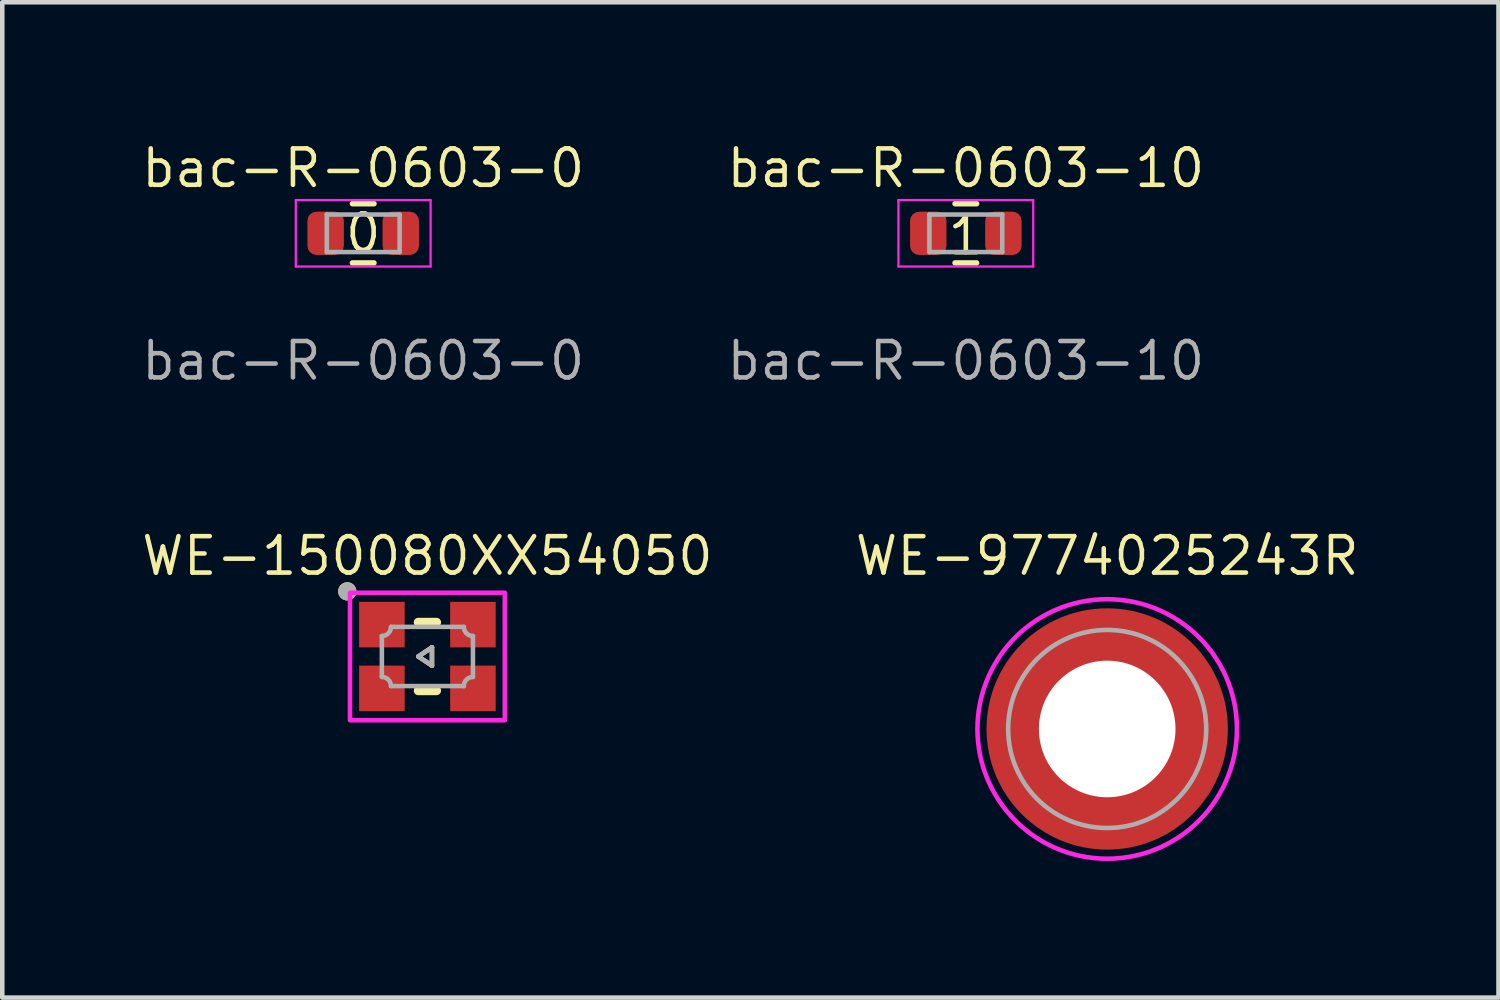
<source format=kicad_pcb>
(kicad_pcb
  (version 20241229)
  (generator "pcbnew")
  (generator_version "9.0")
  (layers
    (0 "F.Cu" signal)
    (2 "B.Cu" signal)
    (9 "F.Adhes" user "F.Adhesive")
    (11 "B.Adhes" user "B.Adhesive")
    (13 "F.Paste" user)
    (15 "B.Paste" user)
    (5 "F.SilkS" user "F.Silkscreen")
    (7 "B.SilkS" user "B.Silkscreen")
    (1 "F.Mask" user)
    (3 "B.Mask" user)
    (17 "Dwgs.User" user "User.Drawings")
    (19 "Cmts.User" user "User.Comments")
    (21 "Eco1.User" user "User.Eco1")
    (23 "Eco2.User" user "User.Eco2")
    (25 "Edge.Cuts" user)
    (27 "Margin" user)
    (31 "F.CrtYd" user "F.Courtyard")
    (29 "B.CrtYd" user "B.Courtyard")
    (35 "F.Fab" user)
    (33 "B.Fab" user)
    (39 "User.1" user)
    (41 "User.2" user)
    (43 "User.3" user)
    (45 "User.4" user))
  (footprint "bac-R-0603-0"
    (layer "F.Cu")
    (at 4.927 2.074)
    (property "Reference" "bac-R-0603-0" (at 0 -1.43 0) (layer "F.SilkS") (effects (font (size 0.8 0.8) (thickness 0.1))))
    (attr smd)
    (fp_line (start -0.237 -0.65) (end 0.237 -0.65) (stroke (width 0.12) (type solid)) (layer "F.SilkS"))
    (fp_line (start -0.237 0.65) (end 0.237 0.65) (stroke (width 0.12) (type solid)) (layer "F.SilkS"))
    (fp_line (start -1.48 -0.73) (end 1.48 -0.73) (stroke (width 0.05) (type solid)) (layer "F.CrtYd"))
    (fp_line (start -1.48 0.73) (end -1.48 -0.73) (stroke (width 0.05) (type solid)) (layer "F.CrtYd"))
    (fp_line (start 1.48 -0.73) (end 1.48 0.73) (stroke (width 0.05) (type solid)) (layer "F.CrtYd"))
    (fp_line (start 1.48 0.73) (end -1.48 0.73) (stroke (width 0.05) (type solid)) (layer "F.CrtYd"))
    (fp_line (start -0.8 -0.412) (end 0.8 -0.412) (stroke (width 0.1) (type solid)) (layer "F.Fab"))
    (fp_line (start -0.8 0.412) (end -0.8 -0.412) (stroke (width 0.1) (type solid)) (layer "F.Fab"))
    (fp_line (start 0.8 -0.412) (end 0.8 0.412) (stroke (width 0.1) (type solid)) (layer "F.Fab"))
    (fp_line (start 0.8 0.412) (end -0.8 0.412) (stroke (width 0.1) (type solid)) (layer "F.Fab"))
    (fp_text user "0" (at 0 0 0) (unlocked yes) (layer "F.SilkS") (effects (font (size 0.8 0.8) (thickness 0.1))))
    (fp_text user "${REFERENCE}" (at 0 2.8 0) (layer "F.Fab") (effects (font (size 0.8 0.8) (thickness 0.1))))
    (pad "1" smd roundrect (at -0.825 0) (size 0.8 0.95) (layers "F.Cu" "F.Mask" "F.Paste") (roundrect_rratio 0.25))
    (pad "2" smd roundrect (at 0.825 0) (size 0.8 0.95) (layers "F.Cu" "F.Mask" "F.Paste") (roundrect_rratio 0.25)))
  (footprint "WE-150080XX54050"
    (layer "F.Cu")
    (at 6.337 11.368)
    (property "Reference" "WE-150080XX54050" (at 0 -2.208 0) (layer "F.SilkS") (effects (font (size 0.8 0.8) (thickness 0.1))))
    (attr smd)
    (fp_line (start -0.2 -0.75) (end 0.2 -0.75) (stroke (width 0.2) (type solid)) (layer "F.SilkS"))
    (fp_line (start -0.2 0) (end 0.1 -0.2) (stroke (width 0.1) (type solid)) (layer "F.SilkS"))
    (fp_line (start -0.2 0.75) (end 0.2 0.75) (stroke (width 0.2) (type solid)) (layer "F.SilkS"))
    (fp_line (start 0.1 -0.2) (end 0.1 0.2) (stroke (width 0.1) (type solid)) (layer "F.SilkS"))
    (fp_line (start 0.1 0.2) (end -0.2 0) (stroke (width 0.1) (type solid)) (layer "F.SilkS"))
    (fp_circle (center -1.76 -1.43) (end -1.66 -1.43) (stroke (width 0.2) (type solid)) (fill no) (layer "F.SilkS"))
    (fp_poly (pts (xy -1.7 -1.4) (xy 1.7 -1.4) (xy 1.7 1.4) (xy -1.7 1.4)) (stroke (width 0.1) (type solid)) (fill no) (layer "F.CrtYd"))
    (fp_line (start -1 0.45) (end -1 -0.45) (stroke (width 0.1) (type solid)) (layer "F.Fab"))
    (fp_line (start -0.8 -0.65) (end 0.8 -0.65) (stroke (width 0.1) (type solid)) (layer "F.Fab"))
    (fp_line (start -0.2 0) (end 0.1 -0.2) (stroke (width 0.1) (type solid)) (layer "F.Fab"))
    (fp_line (start 0.1 -0.2) (end 0.1 0.2) (stroke (width 0.1) (type solid)) (layer "F.Fab"))
    (fp_line (start 0.1 0.2) (end -0.2 0) (stroke (width 0.1) (type solid)) (layer "F.Fab"))
    (fp_line (start 0.8 0.65) (end -0.8 0.65) (stroke (width 0.1) (type solid)) (layer "F.Fab"))
    (fp_line (start 1 -0.45) (end 1 0.45) (stroke (width 0.1) (type solid)) (layer "F.Fab"))
    (fp_arc (start -1 0.45) (mid -0.858579 0.508579) (end -0.8 0.65) (stroke (width 0.1) (type solid)) (layer "F.Fab"))
    (fp_arc (start -0.8 -0.65) (mid -0.858579 -0.508579) (end -1 -0.45) (stroke (width 0.1) (type solid)) (layer "F.Fab"))
    (fp_arc (start 0.8 0.65) (mid 0.858579 0.508579) (end 1 0.45) (stroke (width 0.1) (type solid)) (layer "F.Fab"))
    (fp_arc (start 1 -0.45) (mid 0.858579 -0.508579) (end 0.8 -0.65) (stroke (width 0.1) (type solid)) (layer "F.Fab"))
    (fp_circle (center -1.76 -1.43) (end -1.66 -1.43) (stroke (width 0.2) (type solid)) (fill no) (layer "F.Fab"))
    (pad "1" smd rect (at -1 -0.7) (size 1 1) (layers "F.Cu" "F.Mask" "F.Paste"))
    (pad "2" smd rect (at -1 0.7) (size 1 1) (layers "F.Cu" "F.Mask" "F.Paste"))
    (pad "3" smd rect (at 1 0.7) (size 1 1) (layers "F.Cu" "F.Mask" "F.Paste"))
    (pad "4" smd rect (at 1 -0.7) (size 1 1) (layers "F.Cu" "F.Mask" "F.Paste")))
  (footprint "WE-9774025243R"
    (layer "F.Cu")
    (at 21.267 12.96)
    (property "Reference" "WE-9774025243R" (at 0 -3.8 0) (layer "F.SilkS") (effects (font (size 0.8 0.8) (thickness 0.1))))
    (attr smd)
    (fp_poly (pts (xy -2.54 0.3) (xy -1.52 0.3) (xy -1.51 0.355) (xy -1.49 0.43) (xy -1.46 0.525) (xy -1.42 0.625) (xy -1.355 0.755) (xy -1.31 0.83) (xy -1.255 0.91) (xy -1.205 0.975) (xy -1.145 1.045) (xy -1.11 1.08) (xy -1.07 1.12) (xy -1.025 1.165) (xy -0.97 1.21) (xy -0.89 1.27) (xy -0.815 1.32) (xy -0.745 1.36) (xy -0.645 1.41) (xy -0.575 1.44) (xy -0.51 1.465) (xy -0.43 1.49) (xy -0.355 1.51) (xy -0.3 1.52) (xy -0.3 2.54) (xy -0.36 2.535) (xy -0.425 2.525) (xy -0.51 2.51) (xy -0.6 2.49) (xy -0.675 2.47) (xy -0.75 2.45) (xy -0.825 2.425) (xy -0.895 2.4) (xy -0.97 2.37) (xy -1.04 2.34) (xy -1.115 2.305) (xy -1.165 2.28) (xy -1.25 2.235) (xy -1.32 2.195) (xy -1.39 2.15) (xy -1.465 2.1) (xy -1.56 2.03) (xy -1.655 1.955) (xy -1.715 1.9) (xy -1.785 1.835) (xy -1.845 1.775) (xy -1.905 1.71) (xy -1.955 1.655) (xy -2.01 1.585) (xy -2.06 1.52) (xy -2.11 1.45) (xy -2.16 1.375) (xy -2.2 1.31) (xy -2.245 1.23) (xy -2.285 1.155) (xy -2.325 1.075) (xy -2.36 0.995) (xy -2.39 0.92) (xy -2.415 0.855) (xy -2.445 0.76) (xy -2.475 0.66) (xy -2.5 0.56) (xy -2.515 0.485) (xy -2.525 0.425) (xy -2.535 0.36)) (stroke (width 0.01) (type solid)) (fill yes) (layer "F.Paste"))
    (fp_poly (pts (xy -0.3 -2.54) (xy -0.3 -1.52) (xy -0.355 -1.51) (xy -0.43 -1.49) (xy -0.525 -1.46) (xy -0.625 -1.42) (xy -0.755 -1.355) (xy -0.83 -1.31) (xy -0.91 -1.255) (xy -0.975 -1.205) (xy -1.045 -1.145) (xy -1.08 -1.11) (xy -1.12 -1.07) (xy -1.165 -1.025) (xy -1.21 -0.97) (xy -1.27 -0.89) (xy -1.32 -0.815) (xy -1.36 -0.745) (xy -1.41 -0.645) (xy -1.44 -0.575) (xy -1.465 -0.51) (xy -1.49 -0.43) (xy -1.51 -0.355) (xy -1.52 -0.3) (xy -2.54 -0.3) (xy -2.535 -0.36) (xy -2.525 -0.425) (xy -2.51 -0.51) (xy -2.49 -0.6) (xy -2.47 -0.675) (xy -2.45 -0.75) (xy -2.425 -0.825) (xy -2.4 -0.895) (xy -2.37 -0.97) (xy -2.34 -1.04) (xy -2.305 -1.115) (xy -2.28 -1.165) (xy -2.235 -1.25) (xy -2.195 -1.32) (xy -2.15 -1.39) (xy -2.1 -1.465) (xy -2.03 -1.56) (xy -1.955 -1.655) (xy -1.9 -1.715) (xy -1.835 -1.785) (xy -1.775 -1.845) (xy -1.71 -1.905) (xy -1.655 -1.955) (xy -1.585 -2.01) (xy -1.52 -2.06) (xy -1.45 -2.11) (xy -1.375 -2.16) (xy -1.31 -2.2) (xy -1.23 -2.245) (xy -1.155 -2.285) (xy -1.075 -2.325) (xy -0.995 -2.36) (xy -0.92 -2.39) (xy -0.855 -2.415) (xy -0.76 -2.445) (xy -0.66 -2.475) (xy -0.56 -2.5) (xy -0.485 -2.515) (xy -0.425 -2.525) (xy -0.36 -2.535)) (stroke (width 0.01) (type solid)) (fill yes) (layer "F.Paste"))
    (fp_poly (pts (xy 0.3 2.54) (xy 0.3 1.52) (xy 0.355 1.51) (xy 0.43 1.49) (xy 0.525 1.46) (xy 0.625 1.42) (xy 0.755 1.355) (xy 0.83 1.31) (xy 0.91 1.255) (xy 0.975 1.205) (xy 1.045 1.145) (xy 1.08 1.11) (xy 1.12 1.07) (xy 1.165 1.025) (xy 1.21 0.97) (xy 1.27 0.89) (xy 1.32 0.815) (xy 1.36 0.745) (xy 1.41 0.645) (xy 1.44 0.575) (xy 1.465 0.51) (xy 1.49 0.43) (xy 1.51 0.355) (xy 1.52 0.3) (xy 2.54 0.3) (xy 2.535 0.36) (xy 2.525 0.425) (xy 2.51 0.51) (xy 2.49 0.6) (xy 2.47 0.675) (xy 2.45 0.75) (xy 2.425 0.825) (xy 2.4 0.895) (xy 2.37 0.97) (xy 2.34 1.04) (xy 2.305 1.115) (xy 2.28 1.165) (xy 2.235 1.25) (xy 2.195 1.32) (xy 2.15 1.39) (xy 2.1 1.465) (xy 2.03 1.56) (xy 1.955 1.655) (xy 1.9 1.715) (xy 1.835 1.785) (xy 1.775 1.845) (xy 1.71 1.905) (xy 1.655 1.955) (xy 1.585 2.01) (xy 1.52 2.06) (xy 1.45 2.11) (xy 1.375 2.16) (xy 1.31 2.2) (xy 1.23 2.245) (xy 1.155 2.285) (xy 1.075 2.325) (xy 0.995 2.36) (xy 0.92 2.39) (xy 0.855 2.415) (xy 0.76 2.445) (xy 0.66 2.475) (xy 0.56 2.5) (xy 0.485 2.515) (xy 0.425 2.525) (xy 0.36 2.535)) (stroke (width 0.01) (type solid)) (fill yes) (layer "F.Paste"))
    (fp_poly (pts (xy 2.54 -0.3) (xy 1.52 -0.3) (xy 1.51 -0.355) (xy 1.49 -0.43) (xy 1.46 -0.525) (xy 1.42 -0.625) (xy 1.355 -0.755) (xy 1.31 -0.83) (xy 1.255 -0.91) (xy 1.205 -0.975) (xy 1.145 -1.045) (xy 1.11 -1.08) (xy 1.07 -1.12) (xy 1.025 -1.165) (xy 0.97 -1.21) (xy 0.89 -1.27) (xy 0.815 -1.32) (xy 0.745 -1.36) (xy 0.645 -1.41) (xy 0.575 -1.44) (xy 0.51 -1.465) (xy 0.43 -1.49) (xy 0.355 -1.51) (xy 0.3 -1.52) (xy 0.3 -2.54) (xy 0.36 -2.535) (xy 0.425 -2.525) (xy 0.51 -2.51) (xy 0.6 -2.49) (xy 0.675 -2.47) (xy 0.75 -2.45) (xy 0.825 -2.425) (xy 0.895 -2.4) (xy 0.97 -2.37) (xy 1.04 -2.34) (xy 1.115 -2.305) (xy 1.165 -2.28) (xy 1.25 -2.235) (xy 1.32 -2.195) (xy 1.39 -2.15) (xy 1.465 -2.1) (xy 1.56 -2.03) (xy 1.655 -1.955) (xy 1.715 -1.9) (xy 1.785 -1.835) (xy 1.845 -1.775) (xy 1.905 -1.71) (xy 1.955 -1.655) (xy 2.01 -1.585) (xy 2.06 -1.52) (xy 2.11 -1.45) (xy 2.16 -1.375) (xy 2.2 -1.31) (xy 2.245 -1.23) (xy 2.285 -1.155) (xy 2.325 -1.075) (xy 2.36 -0.995) (xy 2.39 -0.92) (xy 2.415 -0.855) (xy 2.445 -0.76) (xy 2.475 -0.66) (xy 2.5 -0.56) (xy 2.515 -0.485) (xy 2.525 -0.425) (xy 2.535 -0.36)) (stroke (width 0.01) (type solid)) (fill yes) (layer "F.Paste"))
    (fp_poly (pts (xy 0 -2.85) (xy 0.149 -2.846) (xy 0.298 -2.834) (xy 0.446 -2.815) (xy 0.593 -2.788) (xy 0.738 -2.753) (xy 0.881 -2.711) (xy 1.021 -2.661) (xy 1.159 -2.604) (xy 1.294 -2.539) (xy 1.425 -2.468) (xy 1.552 -2.39) (xy 1.675 -2.306) (xy 1.794 -2.215) (xy 1.907 -2.118) (xy 2.015 -2.015) (xy 2.118 -1.907) (xy 2.215 -1.794) (xy 2.306 -1.675) (xy 2.39 -1.552) (xy 2.468 -1.425) (xy 2.539 -1.294) (xy 2.604 -1.159) (xy 2.661 -1.021) (xy 2.711 -0.881) (xy 2.753 -0.738) (xy 2.788 -0.593) (xy 2.815 -0.446) (xy 2.834 -0.298) (xy 2.846 -0.149) (xy 2.85 0) (xy 2.846 0.149) (xy 2.834 0.298) (xy 2.815 0.446) (xy 2.788 0.593) (xy 2.753 0.738) (xy 2.711 0.881) (xy 2.661 1.021) (xy 2.604 1.159) (xy 2.539 1.294) (xy 2.468 1.425) (xy 2.39 1.552) (xy 2.306 1.675) (xy 2.215 1.794) (xy 2.118 1.907) (xy 2.015 2.015) (xy 1.907 2.118) (xy 1.794 2.215) (xy 1.675 2.306) (xy 1.552 2.39) (xy 1.425 2.468) (xy 1.294 2.539) (xy 1.159 2.604) (xy 1.021 2.661) (xy 0.881 2.711) (xy 0.738 2.753) (xy 0.593 2.788) (xy 0.446 2.815) (xy 0.298 2.834) (xy 0.149 2.846) (xy 0 2.85) (xy -0.149 2.846) (xy -0.298 2.834) (xy -0.446 2.815) (xy -0.593 2.788) (xy -0.738 2.753) (xy -0.881 2.711) (xy -1.021 2.661) (xy -1.159 2.604) (xy -1.294 2.539) (xy -1.425 2.468) (xy -1.552 2.39) (xy -1.675 2.306) (xy -1.794 2.215) (xy -1.907 2.118) (xy -2.015 2.015) (xy -2.118 1.907) (xy -2.215 1.794) (xy -2.306 1.675) (xy -2.39 1.552) (xy -2.468 1.425) (xy -2.539 1.294) (xy -2.604 1.159) (xy -2.661 1.021) (xy -2.711 0.881) (xy -2.753 0.738) (xy -2.788 0.593) (xy -2.815 0.446) (xy -2.834 0.298) (xy -2.846 0.149) (xy -2.85 0) (xy -2.846 -0.149) (xy -2.834 -0.298) (xy -2.815 -0.446) (xy -2.788 -0.593) (xy -2.753 -0.738) (xy -2.711 -0.881) (xy -2.661 -1.021) (xy -2.604 -1.159) (xy -2.539 -1.294) (xy -2.468 -1.425) (xy -2.39 -1.552) (xy -2.306 -1.675) (xy -2.215 -1.794) (xy -2.118 -1.907) (xy -2.015 -2.015) (xy -1.907 -2.118) (xy -1.794 -2.215) (xy -1.675 -2.306) (xy -1.552 -2.39) (xy -1.425 -2.468) (xy -1.294 -2.539) (xy -1.159 -2.604) (xy -1.021 -2.661) (xy -0.881 -2.711) (xy -0.738 -2.753) (xy -0.593 -2.788) (xy -0.446 -2.815) (xy -0.298 -2.834) (xy -0.149 -2.846) (xy 0 -2.85)) (stroke (width 0.1) (type solid)) (fill no) (layer "F.CrtYd"))
    (fp_circle (center 0 0) (end 2.175 0) (stroke (width 0.1) (type solid)) (fill no) (layer "F.Fab"))
    (pad "" np_thru_hole circle (at 0 0) (size 3 3) (drill 3) (layers "*.Cu" "*.Mask"))
    (pad "1" smd circle (at 0 0) (size 5.3 5.3) (layers "F.Cu" "F.Mask")))
  (footprint "bac-R-0603-10"
    (layer "F.Cu")
    (at 18.162 2.074)
    (property "Reference" "bac-R-0603-10" (at 0 -1.43 0) (layer "F.SilkS") (effects (font (size 0.8 0.8) (thickness 0.1))))
    (attr smd)
    (fp_line (start -0.237 -0.65) (end 0.237 -0.65) (stroke (width 0.12) (type solid)) (layer "F.SilkS"))
    (fp_line (start -0.237 0.65) (end 0.237 0.65) (stroke (width 0.12) (type solid)) (layer "F.SilkS"))
    (fp_line (start -1.48 -0.73) (end 1.48 -0.73) (stroke (width 0.05) (type solid)) (layer "F.CrtYd"))
    (fp_line (start -1.48 0.73) (end -1.48 -0.73) (stroke (width 0.05) (type solid)) (layer "F.CrtYd"))
    (fp_line (start 1.48 -0.73) (end 1.48 0.73) (stroke (width 0.05) (type solid)) (layer "F.CrtYd"))
    (fp_line (start 1.48 0.73) (end -1.48 0.73) (stroke (width 0.05) (type solid)) (layer "F.CrtYd"))
    (fp_line (start -0.8 -0.412) (end 0.8 -0.412) (stroke (width 0.1) (type solid)) (layer "F.Fab"))
    (fp_line (start -0.8 0.412) (end -0.8 -0.412) (stroke (width 0.1) (type solid)) (layer "F.Fab"))
    (fp_line (start 0.8 -0.412) (end 0.8 0.412) (stroke (width 0.1) (type solid)) (layer "F.Fab"))
    (fp_line (start 0.8 0.412) (end -0.8 0.412) (stroke (width 0.1) (type solid)) (layer "F.Fab"))
    (fp_text user "1" (at 0 0.05 0) (unlocked yes) (layer "F.SilkS") (effects (font (size 0.8 0.8) (thickness 0.1))))
    (fp_text user "${REFERENCE}" (at 0 2.8 0) (layer "F.Fab") (effects (font (size 0.8 0.8) (thickness 0.1))))
    (pad "1" smd roundrect (at -0.825 0) (size 0.8 0.95) (layers "F.Cu" "F.Mask" "F.Paste") (roundrect_rratio 0.25))
    (pad "2" smd roundrect (at 0.825 0) (size 0.8 0.95) (layers "F.Cu" "F.Mask" "F.Paste") (roundrect_rratio 0.25)))
  (gr_rect
    (start -3 -3)
    (end 29.861 18.86)
    (stroke (width 0.1) (type default))
    (fill no)
    (layer "Edge.Cuts")))
</source>
